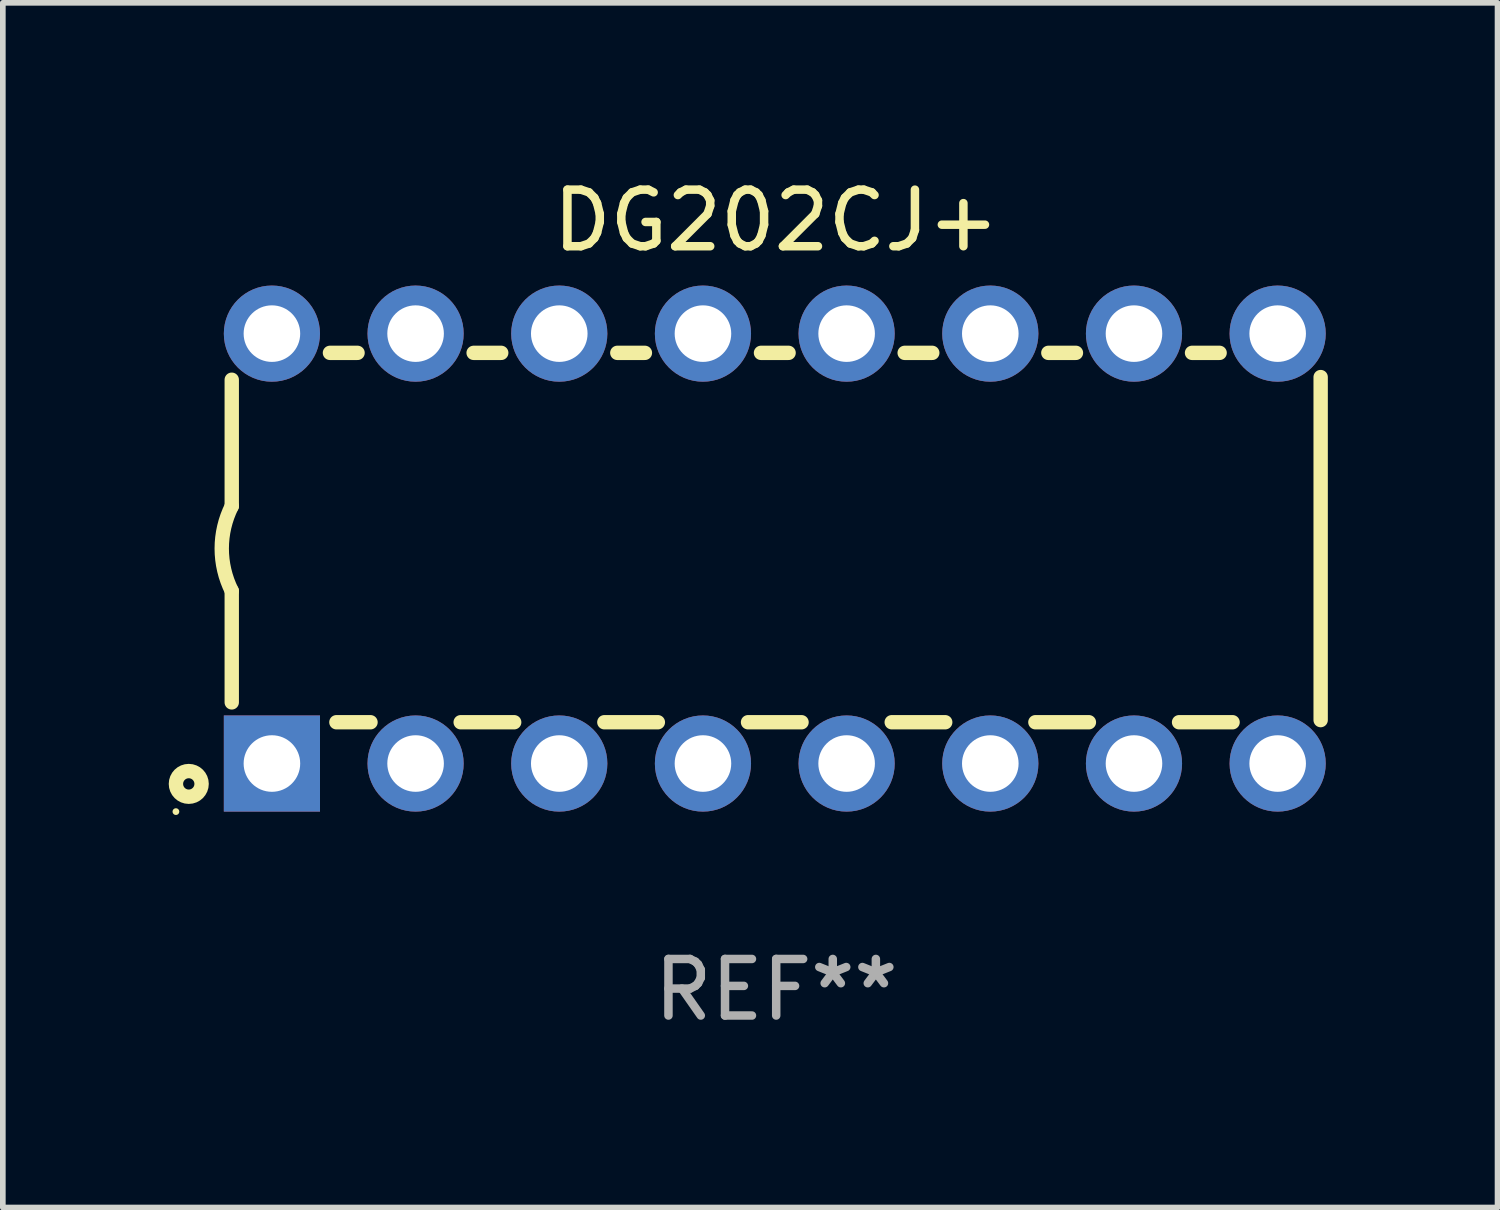
<source format=kicad_pcb>
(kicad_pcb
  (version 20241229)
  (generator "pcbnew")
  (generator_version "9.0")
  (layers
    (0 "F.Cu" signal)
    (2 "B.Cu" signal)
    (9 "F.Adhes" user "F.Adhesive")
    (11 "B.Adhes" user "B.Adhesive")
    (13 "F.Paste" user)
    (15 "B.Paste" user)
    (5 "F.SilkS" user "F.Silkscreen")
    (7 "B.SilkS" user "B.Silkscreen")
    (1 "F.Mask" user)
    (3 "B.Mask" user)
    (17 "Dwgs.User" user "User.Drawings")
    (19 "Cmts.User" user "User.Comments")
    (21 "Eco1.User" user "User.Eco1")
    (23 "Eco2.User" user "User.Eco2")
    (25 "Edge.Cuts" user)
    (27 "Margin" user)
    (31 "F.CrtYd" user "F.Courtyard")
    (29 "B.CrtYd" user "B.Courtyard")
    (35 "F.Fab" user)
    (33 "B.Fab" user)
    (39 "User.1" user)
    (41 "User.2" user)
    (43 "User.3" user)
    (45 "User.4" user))
  (footprint "DG202CJ+"
    (layer "F.Cu")
    (at 10.672 6.648)
    (property "Reference" "DG202CJ+" (at 0 -5.8 0) (layer "F.SilkS") (effects (font (size 1 1) (thickness 0.15))))
    (attr through_hole)
    (fp_line (start -9.625 -0.75) (end -9.625 -2.985) (stroke (width 0.254) (type solid)) (layer "F.SilkS"))
    (fp_line (start -9.625 0.749) (end -9.625 2.719) (stroke (width 0.254) (type solid)) (layer "F.SilkS"))
    (fp_line (start -7.889 -3.46) (end -7.401 -3.46) (stroke (width 0.254) (type solid)) (layer "F.SilkS"))
    (fp_line (start -7.775 3.07) (end -7.172 3.07) (stroke (width 0.254) (type solid)) (layer "F.SilkS"))
    (fp_line (start -5.578 3.07) (end -4.632 3.07) (stroke (width 0.254) (type solid)) (layer "F.SilkS"))
    (fp_line (start -5.349 -3.46) (end -4.861 -3.46) (stroke (width 0.254) (type solid)) (layer "F.SilkS"))
    (fp_line (start -3.038 3.07) (end -2.092 3.07) (stroke (width 0.254) (type solid)) (layer "F.SilkS"))
    (fp_line (start -2.809 -3.46) (end -2.321 -3.46) (stroke (width 0.254) (type solid)) (layer "F.SilkS"))
    (fp_line (start -0.498 3.07) (end 0.448 3.07) (stroke (width 0.254) (type solid)) (layer "F.SilkS"))
    (fp_line (start -0.269 -3.46) (end 0.219 -3.46) (stroke (width 0.254) (type solid)) (layer "F.SilkS"))
    (fp_line (start 2.042 3.07) (end 2.988 3.07) (stroke (width 0.254) (type solid)) (layer "F.SilkS"))
    (fp_line (start 2.271 -3.46) (end 2.759 -3.46) (stroke (width 0.254) (type solid)) (layer "F.SilkS"))
    (fp_line (start 4.582 3.07) (end 5.528 3.07) (stroke (width 0.254) (type solid)) (layer "F.SilkS"))
    (fp_line (start 4.811 -3.46) (end 5.299 -3.46) (stroke (width 0.254) (type solid)) (layer "F.SilkS"))
    (fp_line (start 7.122 3.07) (end 8.068 3.07) (stroke (width 0.254) (type solid)) (layer "F.SilkS"))
    (fp_line (start 7.351 -3.46) (end 7.839 -3.46) (stroke (width 0.254) (type solid)) (layer "F.SilkS"))
    (fp_line (start 9.625 3.032) (end 9.625 -3.032) (stroke (width 0.254) (type solid)) (layer "F.SilkS"))
    (fp_arc (start -9.62498 0.748819) (mid -9.801899 -0.000581) (end -9.625006 -0.749987) (stroke (width 0.254001) (type solid)) (layer "F.SilkS"))
    (fp_circle (center -10.612 4.65) (end -10.582 4.65) (stroke (width 0.06) (type solid)) (fill no) (layer "F.SilkS"))
    (fp_circle (center -10.385 4.16) (end -10.285 4.16) (stroke (width 0.254) (type solid)) (fill no) (layer "F.SilkS"))
    (fp_text user "REF**" (at 0 7.8 0) (layer "F.Fab") (effects (font (size 1 1) (thickness 0.15))))
    (pad "1" thru_hole rect (at -8.915 3.8 90) (size 1.7 1.7) (drill 1) (layers "*.Cu" "*.Mask"))
    (pad "2" thru_hole circle (at -6.375 3.8) (size 1.7 1.7) (drill 1) (layers "*.Cu" "*.Mask"))
    (pad "3" thru_hole circle (at -3.835 3.8) (size 1.7 1.7) (drill 1) (layers "*.Cu" "*.Mask"))
    (pad "4" thru_hole circle (at -1.295 3.8) (size 1.7 1.7) (drill 1) (layers "*.Cu" "*.Mask"))
    (pad "5" thru_hole circle (at 1.245 3.8) (size 1.7 1.7) (drill 1) (layers "*.Cu" "*.Mask"))
    (pad "6" thru_hole circle (at 3.785 3.8) (size 1.7 1.7) (drill 1) (layers "*.Cu" "*.Mask"))
    (pad "7" thru_hole circle (at 6.325 3.8) (size 1.7 1.7) (drill 1) (layers "*.Cu" "*.Mask"))
    (pad "8" thru_hole circle (at 8.865 3.8) (size 1.7 1.7) (drill 1) (layers "*.Cu" "*.Mask"))
    (pad "9" thru_hole circle (at 8.865 -3.8) (size 1.7 1.7) (drill 1) (layers "*.Cu" "*.Mask"))
    (pad "10" thru_hole circle (at 6.325 -3.8) (size 1.7 1.7) (drill 1) (layers "*.Cu" "*.Mask"))
    (pad "11" thru_hole circle (at 3.785 -3.8) (size 1.7 1.7) (drill 1) (layers "*.Cu" "*.Mask"))
    (pad "12" thru_hole circle (at 1.245 -3.8) (size 1.7 1.7) (drill 1) (layers "*.Cu" "*.Mask"))
    (pad "13" thru_hole circle (at -1.295 -3.8) (size 1.7 1.7) (drill 1) (layers "*.Cu" "*.Mask"))
    (pad "14" thru_hole circle (at -3.835 -3.8) (size 1.7 1.7) (drill 1) (layers "*.Cu" "*.Mask"))
    (pad "15" thru_hole circle (at -6.375 -3.8) (size 1.7 1.7) (drill 1) (layers "*.Cu" "*.Mask"))
    (pad "16" thru_hole circle (at -8.915 -3.8) (size 1.7 1.7) (drill 1) (layers "*.Cu" "*.Mask")))
  (gr_rect
    (start -3 -3)
    (end 23.424 18.297)
    (stroke (width 0.1) (type default))
    (fill no)
    (layer "Edge.Cuts")))
</source>
